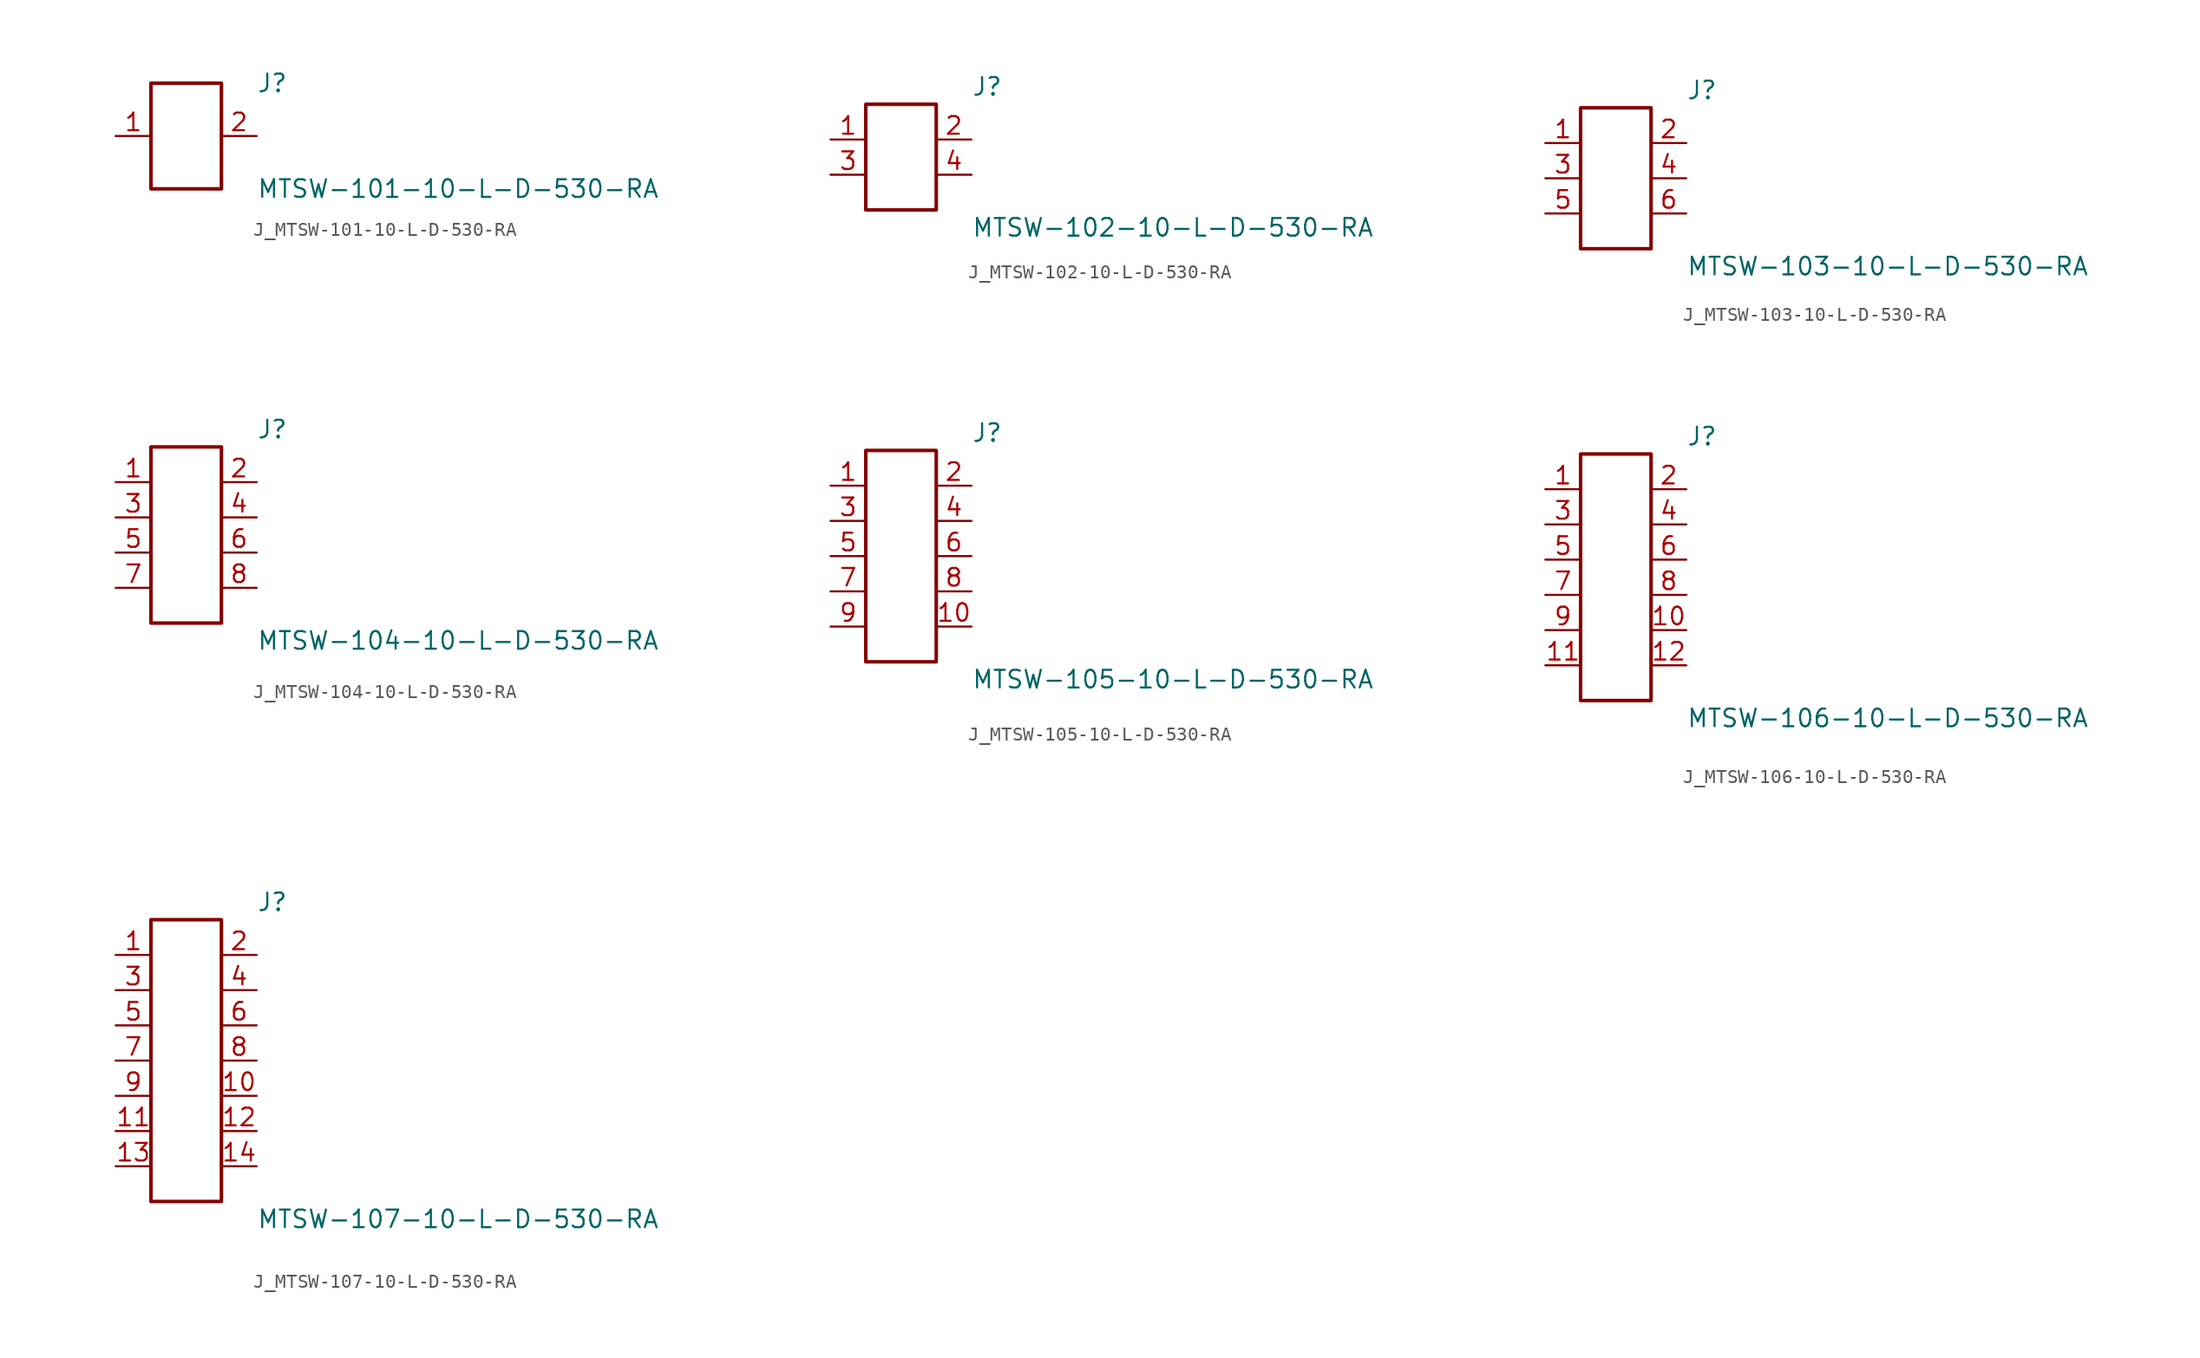
<source format=kicad_sym>
(kicad_symbol_lib
  (version 20231120)
  (generator kicad_symbol_editor)
  (generator_version 8.0)
  (symbol "J_MTSW-101-10-L-D-530-RA"
    (pin_names
      (offset 0.254))
    (property "Reference" "J"
      (at 5.08 3.81 0)
      (effects (font (size 1.27 1.27)) (justify left)))
    (property "Value" "MTSW-101-10-L-D-530-RA"
      (at 5.08 -3.81 0)
      (effects (font (size 1.27 1.27)) (justify left)))
    (symbol "J_MTSW-101-10-L-D-530-RA_0_0"
      (pin passive line (at -5.08 0.0 0) (length 2.54) (name "" (effects (font (size 1.27 1.27)))) (number "1" (effects (font (size 1.27 1.27)))))
      (pin passive line (at 5.08 0.0 180) (length 2.54) (name "" (effects (font (size 1.27 1.27)))) (number "2" (effects (font (size 1.27 1.27))))))
    (symbol "J_MTSW-101-10-L-D-530-RA_1_0"
      (rectangle (start -2.54 3.81) (end 2.54 -3.81) (stroke (width 0.254) (type solid)) (fill (type none)))))
  (symbol "J_MTSW-102-10-L-D-530-RA"
    (pin_names
      (offset 0.254))
    (property "Reference" "J"
      (at 5.08 5.08 0)
      (effects (font (size 1.27 1.27)) (justify left)))
    (property "Value" "MTSW-102-10-L-D-530-RA"
      (at 5.08 -5.08 0)
      (effects (font (size 1.27 1.27)) (justify left)))
    (symbol "J_MTSW-102-10-L-D-530-RA_0_0"
      (pin passive line (at -5.08 1.27 0) (length 2.54) (name "" (effects (font (size 1.27 1.27)))) (number "1" (effects (font (size 1.27 1.27)))))
      (pin passive line (at 5.08 1.27 180) (length 2.54) (name "" (effects (font (size 1.27 1.27)))) (number "2" (effects (font (size 1.27 1.27)))))
      (pin passive line (at -5.08 -1.27 0) (length 2.54) (name "" (effects (font (size 1.27 1.27)))) (number "3" (effects (font (size 1.27 1.27)))))
      (pin passive line (at 5.08 -1.27 180) (length 2.54) (name "" (effects (font (size 1.27 1.27)))) (number "4" (effects (font (size 1.27 1.27))))))
    (symbol "J_MTSW-102-10-L-D-530-RA_1_0"
      (rectangle (start -2.54 3.81) (end 2.54 -3.81) (stroke (width 0.254) (type solid)) (fill (type none)))))
  (symbol "J_MTSW-103-10-L-D-530-RA"
    (pin_names
      (offset 0.254))
    (property "Reference" "J"
      (at 5.08 6.35 0)
      (effects (font (size 1.27 1.27)) (justify left)))
    (property "Value" "MTSW-103-10-L-D-530-RA"
      (at 5.08 -6.35 0)
      (effects (font (size 1.27 1.27)) (justify left)))
    (symbol "J_MTSW-103-10-L-D-530-RA_0_0"
      (pin passive line (at -5.08 2.54 0) (length 2.54) (name "" (effects (font (size 1.27 1.27)))) (number "1" (effects (font (size 1.27 1.27)))))
      (pin passive line (at 5.08 2.54 180) (length 2.54) (name "" (effects (font (size 1.27 1.27)))) (number "2" (effects (font (size 1.27 1.27)))))
      (pin passive line (at -5.08 0.0 0) (length 2.54) (name "" (effects (font (size 1.27 1.27)))) (number "3" (effects (font (size 1.27 1.27)))))
      (pin passive line (at 5.08 0.0 180) (length 2.54) (name "" (effects (font (size 1.27 1.27)))) (number "4" (effects (font (size 1.27 1.27)))))
      (pin passive line (at -5.08 -2.54 0) (length 2.54) (name "" (effects (font (size 1.27 1.27)))) (number "5" (effects (font (size 1.27 1.27)))))
      (pin passive line (at 5.08 -2.54 180) (length 2.54) (name "" (effects (font (size 1.27 1.27)))) (number "6" (effects (font (size 1.27 1.27))))))
    (symbol "J_MTSW-103-10-L-D-530-RA_1_0"
      (rectangle (start -2.54 5.08) (end 2.54 -5.08) (stroke (width 0.254) (type solid)) (fill (type none)))))
  (symbol "J_MTSW-104-10-L-D-530-RA"
    (pin_names
      (offset 0.254))
    (property "Reference" "J"
      (at 5.08 7.62 0)
      (effects (font (size 1.27 1.27)) (justify left)))
    (property "Value" "MTSW-104-10-L-D-530-RA"
      (at 5.08 -7.62 0)
      (effects (font (size 1.27 1.27)) (justify left)))
    (symbol "J_MTSW-104-10-L-D-530-RA_0_0"
      (pin passive line (at -5.08 3.81 0) (length 2.54) (name "" (effects (font (size 1.27 1.27)))) (number "1" (effects (font (size 1.27 1.27)))))
      (pin passive line (at 5.08 3.81 180) (length 2.54) (name "" (effects (font (size 1.27 1.27)))) (number "2" (effects (font (size 1.27 1.27)))))
      (pin passive line (at -5.08 1.27 0) (length 2.54) (name "" (effects (font (size 1.27 1.27)))) (number "3" (effects (font (size 1.27 1.27)))))
      (pin passive line (at 5.08 1.27 180) (length 2.54) (name "" (effects (font (size 1.27 1.27)))) (number "4" (effects (font (size 1.27 1.27)))))
      (pin passive line (at -5.08 -1.27 0) (length 2.54) (name "" (effects (font (size 1.27 1.27)))) (number "5" (effects (font (size 1.27 1.27)))))
      (pin passive line (at 5.08 -1.27 180) (length 2.54) (name "" (effects (font (size 1.27 1.27)))) (number "6" (effects (font (size 1.27 1.27)))))
      (pin passive line (at -5.08 -3.81 0) (length 2.54) (name "" (effects (font (size 1.27 1.27)))) (number "7" (effects (font (size 1.27 1.27)))))
      (pin passive line (at 5.08 -3.81 180) (length 2.54) (name "" (effects (font (size 1.27 1.27)))) (number "8" (effects (font (size 1.27 1.27))))))
    (symbol "J_MTSW-104-10-L-D-530-RA_1_0"
      (rectangle (start -2.54 6.35) (end 2.54 -6.35) (stroke (width 0.254) (type solid)) (fill (type none)))))
  (symbol "J_MTSW-105-10-L-D-530-RA"
    (pin_names
      (offset 0.254))
    (property "Reference" "J"
      (at 5.08 8.89 0)
      (effects (font (size 1.27 1.27)) (justify left)))
    (property "Value" "MTSW-105-10-L-D-530-RA"
      (at 5.08 -8.89 0)
      (effects (font (size 1.27 1.27)) (justify left)))
    (symbol "J_MTSW-105-10-L-D-530-RA_0_0"
      (pin passive line (at -5.08 5.08 0) (length 2.54) (name "" (effects (font (size 1.27 1.27)))) (number "1" (effects (font (size 1.27 1.27)))))
      (pin passive line (at 5.08 5.08 180) (length 2.54) (name "" (effects (font (size 1.27 1.27)))) (number "2" (effects (font (size 1.27 1.27)))))
      (pin passive line (at -5.08 2.54 0) (length 2.54) (name "" (effects (font (size 1.27 1.27)))) (number "3" (effects (font (size 1.27 1.27)))))
      (pin passive line (at 5.08 2.54 180) (length 2.54) (name "" (effects (font (size 1.27 1.27)))) (number "4" (effects (font (size 1.27 1.27)))))
      (pin passive line (at -5.08 0.0 0) (length 2.54) (name "" (effects (font (size 1.27 1.27)))) (number "5" (effects (font (size 1.27 1.27)))))
      (pin passive line (at 5.08 0.0 180) (length 2.54) (name "" (effects (font (size 1.27 1.27)))) (number "6" (effects (font (size 1.27 1.27)))))
      (pin passive line (at -5.08 -2.54 0) (length 2.54) (name "" (effects (font (size 1.27 1.27)))) (number "7" (effects (font (size 1.27 1.27)))))
      (pin passive line (at 5.08 -2.54 180) (length 2.54) (name "" (effects (font (size 1.27 1.27)))) (number "8" (effects (font (size 1.27 1.27)))))
      (pin passive line (at -5.08 -5.08 0) (length 2.54) (name "" (effects (font (size 1.27 1.27)))) (number "9" (effects (font (size 1.27 1.27)))))
      (pin passive line (at 5.08 -5.08 180) (length 2.54) (name "" (effects (font (size 1.27 1.27)))) (number "10" (effects (font (size 1.27 1.27))))))
    (symbol "J_MTSW-105-10-L-D-530-RA_1_0"
      (rectangle (start -2.54 7.62) (end 2.54 -7.62) (stroke (width 0.254) (type solid)) (fill (type none)))))
  (symbol "J_MTSW-106-10-L-D-530-RA"
    (pin_names
      (offset 0.254))
    (property "Reference" "J"
      (at 5.08 10.16 0)
      (effects (font (size 1.27 1.27)) (justify left)))
    (property "Value" "MTSW-106-10-L-D-530-RA"
      (at 5.08 -10.16 0)
      (effects (font (size 1.27 1.27)) (justify left)))
    (symbol "J_MTSW-106-10-L-D-530-RA_0_0"
      (pin passive line (at -5.08 6.35 0) (length 2.54) (name "" (effects (font (size 1.27 1.27)))) (number "1" (effects (font (size 1.27 1.27)))))
      (pin passive line (at 5.08 6.35 180) (length 2.54) (name "" (effects (font (size 1.27 1.27)))) (number "2" (effects (font (size 1.27 1.27)))))
      (pin passive line (at -5.08 3.81 0) (length 2.54) (name "" (effects (font (size 1.27 1.27)))) (number "3" (effects (font (size 1.27 1.27)))))
      (pin passive line (at 5.08 3.81 180) (length 2.54) (name "" (effects (font (size 1.27 1.27)))) (number "4" (effects (font (size 1.27 1.27)))))
      (pin passive line (at -5.08 1.27 0) (length 2.54) (name "" (effects (font (size 1.27 1.27)))) (number "5" (effects (font (size 1.27 1.27)))))
      (pin passive line (at 5.08 1.27 180) (length 2.54) (name "" (effects (font (size 1.27 1.27)))) (number "6" (effects (font (size 1.27 1.27)))))
      (pin passive line (at -5.08 -1.27 0) (length 2.54) (name "" (effects (font (size 1.27 1.27)))) (number "7" (effects (font (size 1.27 1.27)))))
      (pin passive line (at 5.08 -1.27 180) (length 2.54) (name "" (effects (font (size 1.27 1.27)))) (number "8" (effects (font (size 1.27 1.27)))))
      (pin passive line (at -5.08 -3.81 0) (length 2.54) (name "" (effects (font (size 1.27 1.27)))) (number "9" (effects (font (size 1.27 1.27)))))
      (pin passive line (at 5.08 -3.81 180) (length 2.54) (name "" (effects (font (size 1.27 1.27)))) (number "10" (effects (font (size 1.27 1.27)))))
      (pin passive line (at -5.08 -6.35 0) (length 2.54) (name "" (effects (font (size 1.27 1.27)))) (number "11" (effects (font (size 1.27 1.27)))))
      (pin passive line (at 5.08 -6.35 180) (length 2.54) (name "" (effects (font (size 1.27 1.27)))) (number "12" (effects (font (size 1.27 1.27))))))
    (symbol "J_MTSW-106-10-L-D-530-RA_1_0"
      (rectangle (start -2.54 8.89) (end 2.54 -8.89) (stroke (width 0.254) (type solid)) (fill (type none)))))
  (symbol "J_MTSW-107-10-L-D-530-RA"
    (pin_names
      (offset 0.254))
    (property "Reference" "J"
      (at 5.08 11.43 0)
      (effects (font (size 1.27 1.27)) (justify left)))
    (property "Value" "MTSW-107-10-L-D-530-RA"
      (at 5.08 -11.43 0)
      (effects (font (size 1.27 1.27)) (justify left)))
    (symbol "J_MTSW-107-10-L-D-530-RA_0_0"
      (pin passive line (at -5.08 7.62 0) (length 2.54) (name "" (effects (font (size 1.27 1.27)))) (number "1" (effects (font (size 1.27 1.27)))))
      (pin passive line (at 5.08 7.62 180) (length 2.54) (name "" (effects (font (size 1.27 1.27)))) (number "2" (effects (font (size 1.27 1.27)))))
      (pin passive line (at -5.08 5.08 0) (length 2.54) (name "" (effects (font (size 1.27 1.27)))) (number "3" (effects (font (size 1.27 1.27)))))
      (pin passive line (at 5.08 5.08 180) (length 2.54) (name "" (effects (font (size 1.27 1.27)))) (number "4" (effects (font (size 1.27 1.27)))))
      (pin passive line (at -5.08 2.54 0) (length 2.54) (name "" (effects (font (size 1.27 1.27)))) (number "5" (effects (font (size 1.27 1.27)))))
      (pin passive line (at 5.08 2.54 180) (length 2.54) (name "" (effects (font (size 1.27 1.27)))) (number "6" (effects (font (size 1.27 1.27)))))
      (pin passive line (at -5.08 0.0 0) (length 2.54) (name "" (effects (font (size 1.27 1.27)))) (number "7" (effects (font (size 1.27 1.27)))))
      (pin passive line (at 5.08 0.0 180) (length 2.54) (name "" (effects (font (size 1.27 1.27)))) (number "8" (effects (font (size 1.27 1.27)))))
      (pin passive line (at -5.08 -2.54 0) (length 2.54) (name "" (effects (font (size 1.27 1.27)))) (number "9" (effects (font (size 1.27 1.27)))))
      (pin passive line (at 5.08 -2.54 180) (length 2.54) (name "" (effects (font (size 1.27 1.27)))) (number "10" (effects (font (size 1.27 1.27)))))
      (pin passive line (at -5.08 -5.08 0) (length 2.54) (name "" (effects (font (size 1.27 1.27)))) (number "11" (effects (font (size 1.27 1.27)))))
      (pin passive line (at 5.08 -5.08 180) (length 2.54) (name "" (effects (font (size 1.27 1.27)))) (number "12" (effects (font (size 1.27 1.27)))))
      (pin passive line (at -5.08 -7.62 0) (length 2.54) (name "" (effects (font (size 1.27 1.27)))) (number "13" (effects (font (size 1.27 1.27)))))
      (pin passive line (at 5.08 -7.62 180) (length 2.54) (name "" (effects (font (size 1.27 1.27)))) (number "14" (effects (font (size 1.27 1.27))))))
    (symbol "J_MTSW-107-10-L-D-530-RA_1_0"
      (rectangle (start -2.54 10.16) (end 2.54 -10.16) (stroke (width 0.254) (type solid)) (fill (type none))))))
</source>
